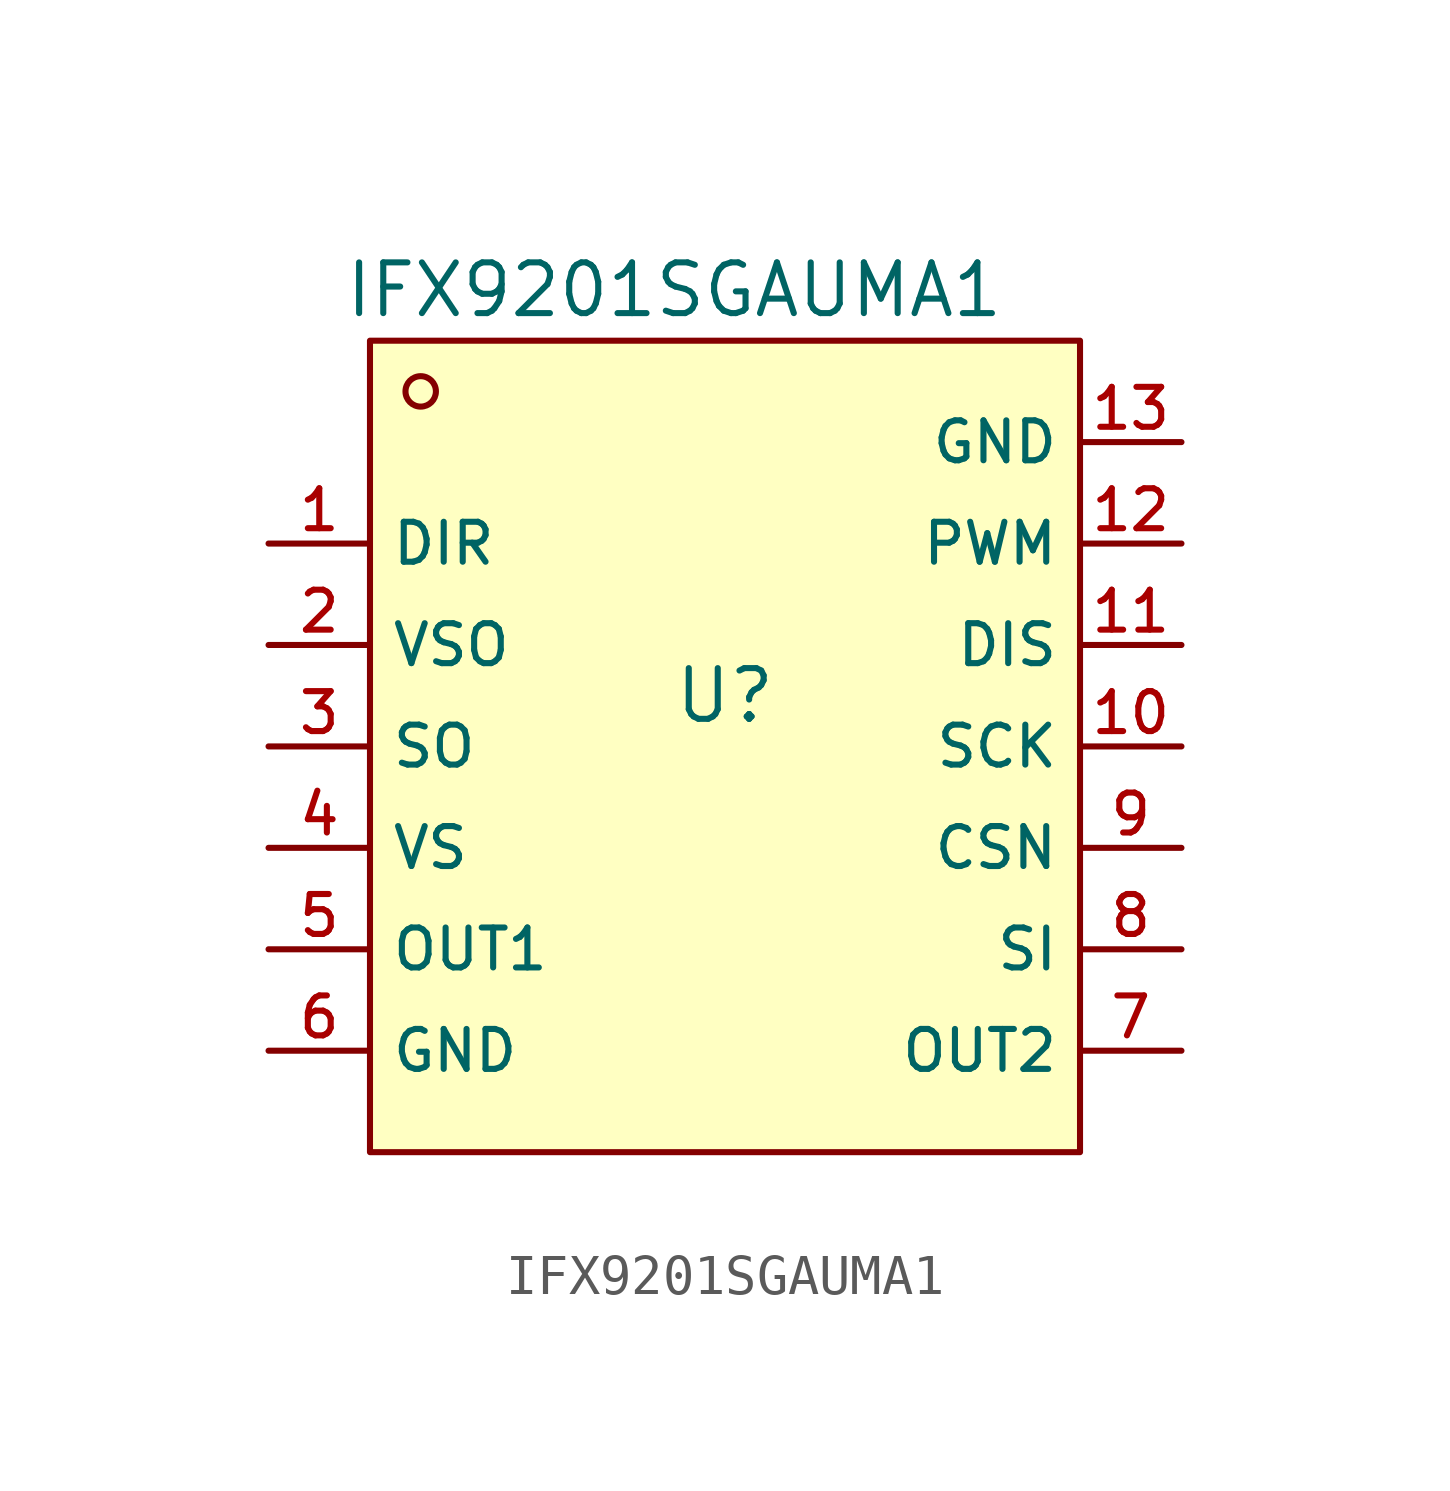
<source format=kicad_sym>
(kicad_symbol_lib
  (version 20231120)
  (generator "kicad_symbol_editor")
  (generator_version "8.0")
  (symbol "IFX9201SGAUMA1"
    (property "Reference" "U"
      (at 0 1.27 0)
      (effects (font (size 1.27 1.27))))
    (property "Value" "IFX9201SGAUMA1"
      (at -1.27 11.43 0)
      (effects (font (size 1.27 1.27))))
    (symbol "IFX9201SGAUMA1_0_1"
      (rectangle (start -8.89 10.16) (end 8.89 -10.16) (stroke (width 0) (type default)) (fill (type background)))
      (circle (center -7.62 8.89) (radius 0.381) (stroke (width 0) (type default)) (fill (type background)))
      (pin unspecified line (at -11.43 5.08 0) (length 2.54) (name "DIR" (effects (font (size 1 1)))) (number "1" (effects (font (size 1 1)))))
      (pin unspecified line (at 11.43 0 180) (length 2.54) (name "SCK" (effects (font (size 1 1)))) (number "10" (effects (font (size 1 1)))))
      (pin unspecified line (at 11.43 2.54 180) (length 2.54) (name "DIS" (effects (font (size 1 1)))) (number "11" (effects (font (size 1 1)))))
      (pin unspecified line (at 11.43 5.08 180) (length 2.54) (name "PWM" (effects (font (size 1 1)))) (number "12" (effects (font (size 1 1)))))
      (pin unspecified line (at -11.43 2.54 0) (length 2.54) (name "VSO" (effects (font (size 1 1)))) (number "2" (effects (font (size 1 1)))))
      (pin unspecified line (at -11.43 0 0) (length 2.54) (name "SO" (effects (font (size 1 1)))) (number "3" (effects (font (size 1 1)))))
      (pin unspecified line (at -11.43 -2.54 0) (length 2.54) (name "VS" (effects (font (size 1 1)))) (number "4" (effects (font (size 1 1)))))
      (pin unspecified line (at -11.43 -5.08 0) (length 2.54) (name "OUT1" (effects (font (size 1 1)))) (number "5" (effects (font (size 1 1)))))
      (pin unspecified line (at -11.43 -7.62 0) (length 2.54) (name "GND" (effects (font (size 1 1)))) (number "6" (effects (font (size 1 1)))))
      (pin unspecified line (at 11.43 -7.62 180) (length 2.54) (name "OUT2" (effects (font (size 1 1)))) (number "7" (effects (font (size 1 1)))))
      (pin unspecified line (at 11.43 -5.08 180) (length 2.54) (name "SI" (effects (font (size 1 1)))) (number "8" (effects (font (size 1 1)))))
      (pin unspecified line (at 11.43 -2.54 180) (length 2.54) (name "CSN" (effects (font (size 1 1)))) (number "9" (effects (font (size 1 1))))))
    (symbol "IFX9201SGAUMA1_1_1"
      (pin unspecified line (at 11.43 7.62 180) (length 2.54) (name "GND" (effects (font (size 1 1)))) (number "13" (effects (font (size 1 1))))))))
</source>
